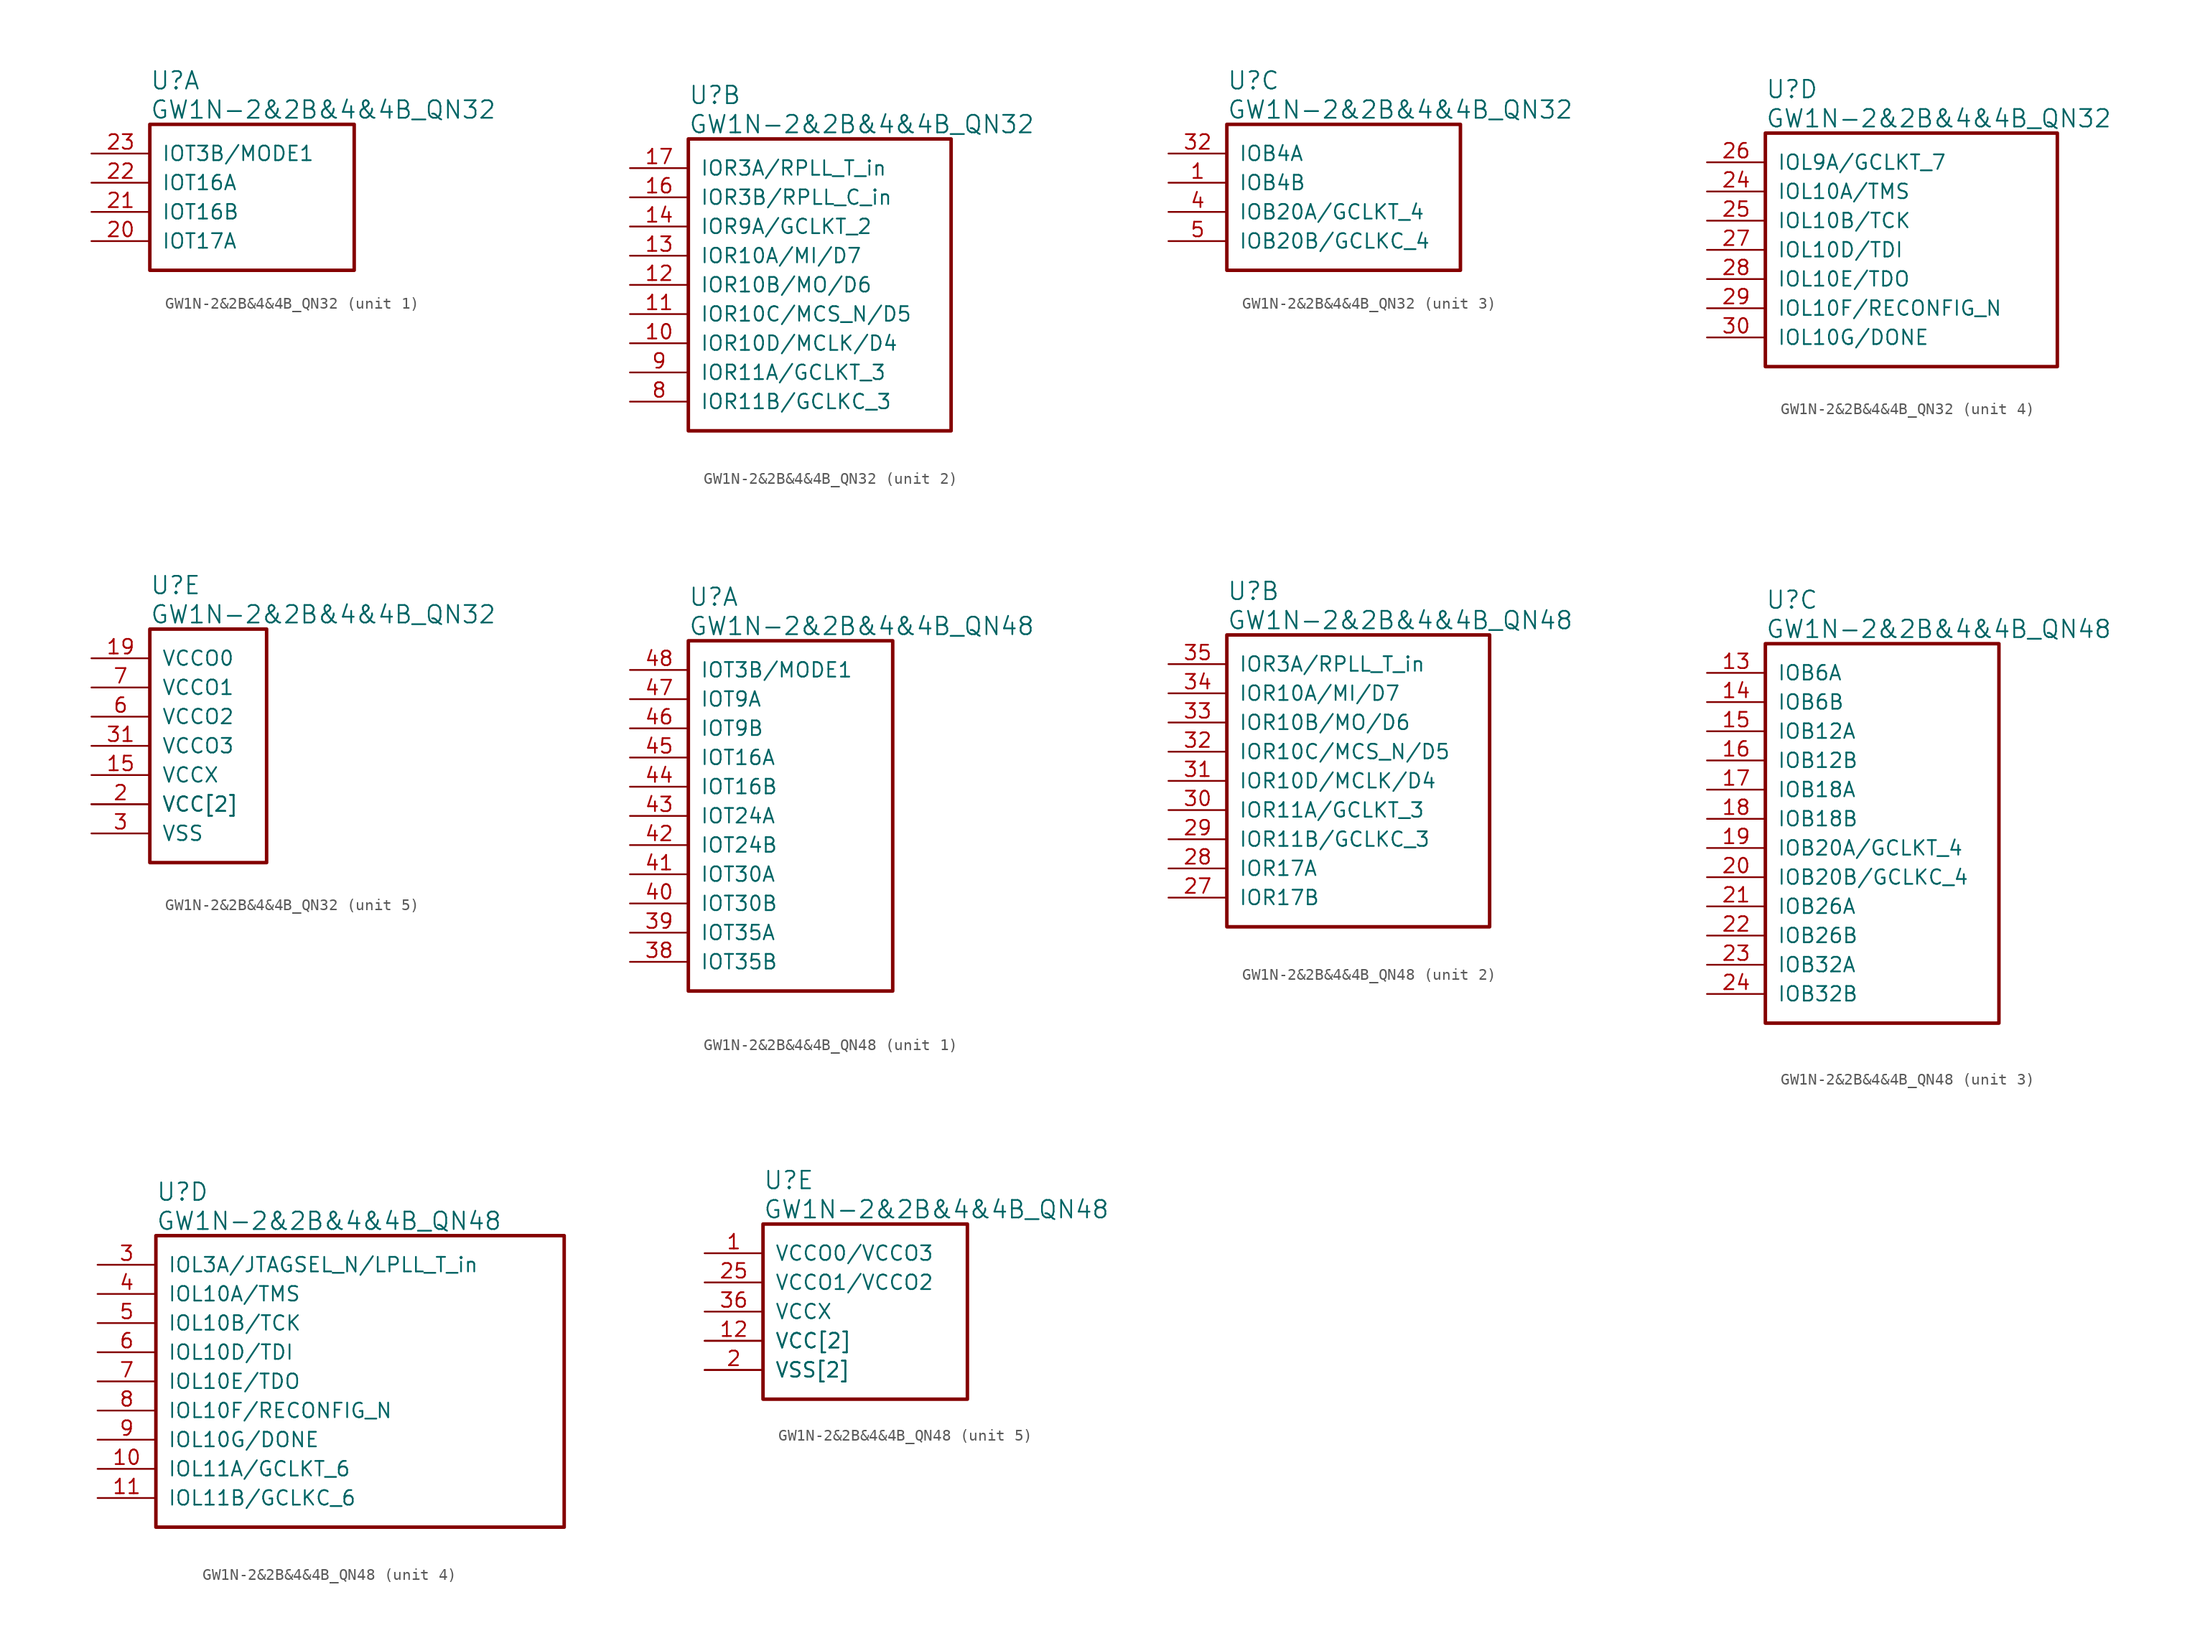
<source format=kicad_sym>
(kicad_symbol_lib
  (version 20220914)
  (generator kicad_symbol_editor)
  (symbol "GW1N-2&2B&4&4B_QN32"
    (pin_names
      (offset 1.016))
    (property "Reference" "U"
      (at 5.08 6.35 0)
      (effects (font (size 1.524 1.524)) (justify left)))
    (property "Value" "GW1N-2&2B&4&4B_QN32"
      (at 5.08 3.81 0)
      (effects (font (size 1.524 1.524)) (justify left)))
    (property "ki_locked" ""
      (at 0 0 0)
      (effects (font (size 1.27 1.27))))
    (symbol "GW1N-2&2B&4&4B_QN32_1_1"
      (rectangle (start 5.08 2.54) (end 22.86 -10.16) (stroke (width 0.305) (type solid)) (fill (type none)))
      (pin bidirectional line (at 0 -7.62 0) (length 5.08) (name "IOT17A" (effects (font (size 1.27 1.27)))) (number "20" (effects (font (size 1.27 1.27)))))
      (pin bidirectional line (at 0 -5.08 0) (length 5.08) (name "IOT16B" (effects (font (size 1.27 1.27)))) (number "21" (effects (font (size 1.27 1.27)))))
      (pin bidirectional line (at 0 -2.54 0) (length 5.08) (name "IOT16A" (effects (font (size 1.27 1.27)))) (number "22" (effects (font (size 1.27 1.27)))))
      (pin bidirectional line (at 0 0 0) (length 5.08) (name "IOT3B/MODE1" (effects (font (size 1.27 1.27)))) (number "23" (effects (font (size 1.27 1.27))))))
    (symbol "GW1N-2&2B&4&4B_QN32_2_1"
      (rectangle (start 5.08 2.54) (end 27.94 -22.86) (stroke (width 0.305) (type solid)) (fill (type none)))
      (pin bidirectional line (at 0 -15.24 0) (length 5.08) (name "IOR10D/MCLK/D4" (effects (font (size 1.27 1.27)))) (number "10" (effects (font (size 1.27 1.27)))))
      (pin bidirectional line (at 0 -12.7 0) (length 5.08) (name "IOR10C/MCS_N/D5" (effects (font (size 1.27 1.27)))) (number "11" (effects (font (size 1.27 1.27)))))
      (pin bidirectional line (at 0 -10.16 0) (length 5.08) (name "IOR10B/MO/D6" (effects (font (size 1.27 1.27)))) (number "12" (effects (font (size 1.27 1.27)))))
      (pin bidirectional line (at 0 -7.62 0) (length 5.08) (name "IOR10A/MI/D7" (effects (font (size 1.27 1.27)))) (number "13" (effects (font (size 1.27 1.27)))))
      (pin bidirectional line (at 0 -5.08 0) (length 5.08) (name "IOR9A/GCLKT_2" (effects (font (size 1.27 1.27)))) (number "14" (effects (font (size 1.27 1.27)))))
      (pin bidirectional line (at 0 -2.54 0) (length 5.08) (name "IOR3B/RPLL_C_in" (effects (font (size 1.27 1.27)))) (number "16" (effects (font (size 1.27 1.27)))))
      (pin bidirectional line (at 0 0 0) (length 5.08) (name "IOR3A/RPLL_T_in" (effects (font (size 1.27 1.27)))) (number "17" (effects (font (size 1.27 1.27)))))
      (pin bidirectional line (at 0 -20.32 0) (length 5.08) (name "IOR11B/GCLKC_3" (effects (font (size 1.27 1.27)))) (number "8" (effects (font (size 1.27 1.27)))))
      (pin bidirectional line (at 0 -17.78 0) (length 5.08) (name "IOR11A/GCLKT_3" (effects (font (size 1.27 1.27)))) (number "9" (effects (font (size 1.27 1.27))))))
    (symbol "GW1N-2&2B&4&4B_QN32_3_1"
      (rectangle (start 5.08 2.54) (end 25.4 -10.16) (stroke (width 0.305) (type solid)) (fill (type none)))
      (pin bidirectional line (at 0 -2.54 0) (length 5.08) (name "IOB4B" (effects (font (size 1.27 1.27)))) (number "1" (effects (font (size 1.27 1.27)))))
      (pin bidirectional line (at 0 0 0) (length 5.08) (name "IOB4A" (effects (font (size 1.27 1.27)))) (number "32" (effects (font (size 1.27 1.27)))))
      (pin bidirectional line (at 0 -5.08 0) (length 5.08) (name "IOB20A/GCLKT_4" (effects (font (size 1.27 1.27)))) (number "4" (effects (font (size 1.27 1.27)))))
      (pin bidirectional line (at 0 -7.62 0) (length 5.08) (name "IOB20B/GCLKC_4" (effects (font (size 1.27 1.27)))) (number "5" (effects (font (size 1.27 1.27))))))
    (symbol "GW1N-2&2B&4&4B_QN32_4_1"
      (rectangle (start 5.08 2.54) (end 30.48 -17.78) (stroke (width 0.305) (type solid)) (fill (type none)))
      (pin bidirectional line (at 0 -2.54 0) (length 5.08) (name "IOL10A/TMS" (effects (font (size 1.27 1.27)))) (number "24" (effects (font (size 1.27 1.27)))))
      (pin bidirectional line (at 0 -5.08 0) (length 5.08) (name "IOL10B/TCK" (effects (font (size 1.27 1.27)))) (number "25" (effects (font (size 1.27 1.27)))))
      (pin bidirectional line (at 0 0 0) (length 5.08) (name "IOL9A/GCLKT_7" (effects (font (size 1.27 1.27)))) (number "26" (effects (font (size 1.27 1.27)))))
      (pin bidirectional line (at 0 -7.62 0) (length 5.08) (name "IOL10D/TDI" (effects (font (size 1.27 1.27)))) (number "27" (effects (font (size 1.27 1.27)))))
      (pin bidirectional line (at 0 -10.16 0) (length 5.08) (name "IOL10E/TDO" (effects (font (size 1.27 1.27)))) (number "28" (effects (font (size 1.27 1.27)))))
      (pin bidirectional line (at 0 -12.7 0) (length 5.08) (name "IOL10F/RECONFIG_N" (effects (font (size 1.27 1.27)))) (number "29" (effects (font (size 1.27 1.27)))))
      (pin bidirectional line (at 0 -15.24 0) (length 5.08) (name "IOL10G/DONE" (effects (font (size 1.27 1.27)))) (number "30" (effects (font (size 1.27 1.27))))))
    (symbol "GW1N-2&2B&4&4B_QN32_5_1"
      (rectangle (start 5.08 2.54) (end 15.24 -17.78) (stroke (width 0.305) (type solid)) (fill (type none)))
      (pin power_in line (at 0 -10.16 0) (length 5.08) (name "VCCX" (effects (font (size 1.27 1.27)))) (number "15" (effects (font (size 1.27 1.27)))))
      (pin power_in line (at 0 -12.7 0) (length 5.08) (name "VCC[2]" (effects (font (size 1.27 1.27)))) (number "18" (effects (font (size 0 0)))))
      (pin power_in line (at 0 0 0) (length 5.08) (name "VCCO0" (effects (font (size 1.27 1.27)))) (number "19" (effects (font (size 1.27 1.27)))))
      (pin power_in line (at 0 -12.7 0) (length 5.08) (name "VCC[2]" (effects (font (size 1.27 1.27)))) (number "2" (effects (font (size 1.27 1.27)))))
      (pin power_in line (at 0 -15.24 0) (length 5.08) (name "VSS" (effects (font (size 1.27 1.27)))) (number "3" (effects (font (size 1.27 1.27)))))
      (pin power_in line (at 0 -7.62 0) (length 5.08) (name "VCCO3" (effects (font (size 1.27 1.27)))) (number "31" (effects (font (size 1.27 1.27)))))
      (pin power_in line (at 0 -5.08 0) (length 5.08) (name "VCCO2" (effects (font (size 1.27 1.27)))) (number "6" (effects (font (size 1.27 1.27)))))
      (pin power_in line (at 0 -2.54 0) (length 5.08) (name "VCCO1" (effects (font (size 1.27 1.27)))) (number "7" (effects (font (size 1.27 1.27)))))))
  (symbol "GW1N-2&2B&4&4B_QN48"
    (pin_names
      (offset 1.016))
    (property "Reference" "U"
      (at 5.08 6.35 0)
      (effects (font (size 1.524 1.524)) (justify left)))
    (property "Value" "GW1N-2&2B&4&4B_QN48"
      (at 5.08 3.81 0)
      (effects (font (size 1.524 1.524)) (justify left)))
    (property "ki_locked" ""
      (at 0 0 0)
      (effects (font (size 1.27 1.27))))
    (symbol "GW1N-2&2B&4&4B_QN48_1_1"
      (rectangle (start 5.08 2.54) (end 22.86 -27.94) (stroke (width 0.305) (type solid)) (fill (type none)))
      (pin bidirectional line (at 0 -25.4 0) (length 5.08) (name "IOT35B" (effects (font (size 1.27 1.27)))) (number "38" (effects (font (size 1.27 1.27)))))
      (pin bidirectional line (at 0 -22.86 0) (length 5.08) (name "IOT35A" (effects (font (size 1.27 1.27)))) (number "39" (effects (font (size 1.27 1.27)))))
      (pin bidirectional line (at 0 -20.32 0) (length 5.08) (name "IOT30B" (effects (font (size 1.27 1.27)))) (number "40" (effects (font (size 1.27 1.27)))))
      (pin bidirectional line (at 0 -17.78 0) (length 5.08) (name "IOT30A" (effects (font (size 1.27 1.27)))) (number "41" (effects (font (size 1.27 1.27)))))
      (pin bidirectional line (at 0 -15.24 0) (length 5.08) (name "IOT24B" (effects (font (size 1.27 1.27)))) (number "42" (effects (font (size 1.27 1.27)))))
      (pin bidirectional line (at 0 -12.7 0) (length 5.08) (name "IOT24A" (effects (font (size 1.27 1.27)))) (number "43" (effects (font (size 1.27 1.27)))))
      (pin bidirectional line (at 0 -10.16 0) (length 5.08) (name "IOT16B" (effects (font (size 1.27 1.27)))) (number "44" (effects (font (size 1.27 1.27)))))
      (pin bidirectional line (at 0 -7.62 0) (length 5.08) (name "IOT16A" (effects (font (size 1.27 1.27)))) (number "45" (effects (font (size 1.27 1.27)))))
      (pin bidirectional line (at 0 -5.08 0) (length 5.08) (name "IOT9B" (effects (font (size 1.27 1.27)))) (number "46" (effects (font (size 1.27 1.27)))))
      (pin bidirectional line (at 0 -2.54 0) (length 5.08) (name "IOT9A" (effects (font (size 1.27 1.27)))) (number "47" (effects (font (size 1.27 1.27)))))
      (pin bidirectional line (at 0 0 0) (length 5.08) (name "IOT3B/MODE1" (effects (font (size 1.27 1.27)))) (number "48" (effects (font (size 1.27 1.27))))))
    (symbol "GW1N-2&2B&4&4B_QN48_2_1"
      (rectangle (start 5.08 2.54) (end 27.94 -22.86) (stroke (width 0.305) (type solid)) (fill (type none)))
      (pin bidirectional line (at 0 -20.32 0) (length 5.08) (name "IOR17B" (effects (font (size 1.27 1.27)))) (number "27" (effects (font (size 1.27 1.27)))))
      (pin bidirectional line (at 0 -17.78 0) (length 5.08) (name "IOR17A" (effects (font (size 1.27 1.27)))) (number "28" (effects (font (size 1.27 1.27)))))
      (pin bidirectional line (at 0 -15.24 0) (length 5.08) (name "IOR11B/GCLKC_3" (effects (font (size 1.27 1.27)))) (number "29" (effects (font (size 1.27 1.27)))))
      (pin bidirectional line (at 0 -12.7 0) (length 5.08) (name "IOR11A/GCLKT_3" (effects (font (size 1.27 1.27)))) (number "30" (effects (font (size 1.27 1.27)))))
      (pin bidirectional line (at 0 -10.16 0) (length 5.08) (name "IOR10D/MCLK/D4" (effects (font (size 1.27 1.27)))) (number "31" (effects (font (size 1.27 1.27)))))
      (pin bidirectional line (at 0 -7.62 0) (length 5.08) (name "IOR10C/MCS_N/D5" (effects (font (size 1.27 1.27)))) (number "32" (effects (font (size 1.27 1.27)))))
      (pin bidirectional line (at 0 -5.08 0) (length 5.08) (name "IOR10B/MO/D6" (effects (font (size 1.27 1.27)))) (number "33" (effects (font (size 1.27 1.27)))))
      (pin bidirectional line (at 0 -2.54 0) (length 5.08) (name "IOR10A/MI/D7" (effects (font (size 1.27 1.27)))) (number "34" (effects (font (size 1.27 1.27)))))
      (pin bidirectional line (at 0 0 0) (length 5.08) (name "IOR3A/RPLL_T_in" (effects (font (size 1.27 1.27)))) (number "35" (effects (font (size 1.27 1.27))))))
    (symbol "GW1N-2&2B&4&4B_QN48_3_1"
      (rectangle (start 5.08 2.54) (end 25.4 -30.48) (stroke (width 0.305) (type solid)) (fill (type none)))
      (pin bidirectional line (at 0 0 0) (length 5.08) (name "IOB6A" (effects (font (size 1.27 1.27)))) (number "13" (effects (font (size 1.27 1.27)))))
      (pin bidirectional line (at 0 -2.54 0) (length 5.08) (name "IOB6B" (effects (font (size 1.27 1.27)))) (number "14" (effects (font (size 1.27 1.27)))))
      (pin bidirectional line (at 0 -5.08 0) (length 5.08) (name "IOB12A" (effects (font (size 1.27 1.27)))) (number "15" (effects (font (size 1.27 1.27)))))
      (pin bidirectional line (at 0 -7.62 0) (length 5.08) (name "IOB12B" (effects (font (size 1.27 1.27)))) (number "16" (effects (font (size 1.27 1.27)))))
      (pin bidirectional line (at 0 -10.16 0) (length 5.08) (name "IOB18A" (effects (font (size 1.27 1.27)))) (number "17" (effects (font (size 1.27 1.27)))))
      (pin bidirectional line (at 0 -12.7 0) (length 5.08) (name "IOB18B" (effects (font (size 1.27 1.27)))) (number "18" (effects (font (size 1.27 1.27)))))
      (pin bidirectional line (at 0 -15.24 0) (length 5.08) (name "IOB20A/GCLKT_4" (effects (font (size 1.27 1.27)))) (number "19" (effects (font (size 1.27 1.27)))))
      (pin bidirectional line (at 0 -17.78 0) (length 5.08) (name "IOB20B/GCLKC_4" (effects (font (size 1.27 1.27)))) (number "20" (effects (font (size 1.27 1.27)))))
      (pin bidirectional line (at 0 -20.32 0) (length 5.08) (name "IOB26A" (effects (font (size 1.27 1.27)))) (number "21" (effects (font (size 1.27 1.27)))))
      (pin bidirectional line (at 0 -22.86 0) (length 5.08) (name "IOB26B" (effects (font (size 1.27 1.27)))) (number "22" (effects (font (size 1.27 1.27)))))
      (pin bidirectional line (at 0 -25.4 0) (length 5.08) (name "IOB32A" (effects (font (size 1.27 1.27)))) (number "23" (effects (font (size 1.27 1.27)))))
      (pin bidirectional line (at 0 -27.94 0) (length 5.08) (name "IOB32B" (effects (font (size 1.27 1.27)))) (number "24" (effects (font (size 1.27 1.27))))))
    (symbol "GW1N-2&2B&4&4B_QN48_4_1"
      (rectangle (start 5.08 2.54) (end 40.64 -22.86) (stroke (width 0.305) (type solid)) (fill (type none)))
      (pin bidirectional line (at 0 -17.78 0) (length 5.08) (name "IOL11A/GCLKT_6" (effects (font (size 1.27 1.27)))) (number "10" (effects (font (size 1.27 1.27)))))
      (pin bidirectional line (at 0 -20.32 0) (length 5.08) (name "IOL11B/GCLKC_6" (effects (font (size 1.27 1.27)))) (number "11" (effects (font (size 1.27 1.27)))))
      (pin bidirectional line (at 0 0 0) (length 5.08) (name "IOL3A/JTAGSEL_N/LPLL_T_in" (effects (font (size 1.27 1.27)))) (number "3" (effects (font (size 1.27 1.27)))))
      (pin bidirectional line (at 0 -2.54 0) (length 5.08) (name "IOL10A/TMS" (effects (font (size 1.27 1.27)))) (number "4" (effects (font (size 1.27 1.27)))))
      (pin bidirectional line (at 0 -5.08 0) (length 5.08) (name "IOL10B/TCK" (effects (font (size 1.27 1.27)))) (number "5" (effects (font (size 1.27 1.27)))))
      (pin bidirectional line (at 0 -7.62 0) (length 5.08) (name "IOL10D/TDI" (effects (font (size 1.27 1.27)))) (number "6" (effects (font (size 1.27 1.27)))))
      (pin bidirectional line (at 0 -10.16 0) (length 5.08) (name "IOL10E/TDO" (effects (font (size 1.27 1.27)))) (number "7" (effects (font (size 1.27 1.27)))))
      (pin bidirectional line (at 0 -12.7 0) (length 5.08) (name "IOL10F/RECONFIG_N" (effects (font (size 1.27 1.27)))) (number "8" (effects (font (size 1.27 1.27)))))
      (pin bidirectional line (at 0 -15.24 0) (length 5.08) (name "IOL10G/DONE" (effects (font (size 1.27 1.27)))) (number "9" (effects (font (size 1.27 1.27))))))
    (symbol "GW1N-2&2B&4&4B_QN48_5_1"
      (rectangle (start 5.08 2.54) (end 22.86 -12.7) (stroke (width 0.305) (type solid)) (fill (type none)))
      (pin power_in line (at 0 0 0) (length 5.08) (name "VCCO0/VCCO3" (effects (font (size 1.27 1.27)))) (number "1" (effects (font (size 1.27 1.27)))))
      (pin power_in line (at 0 -7.62 0) (length 5.08) (name "VCC[2]" (effects (font (size 1.27 1.27)))) (number "12" (effects (font (size 1.27 1.27)))))
      (pin power_in line (at 0 -10.16 0) (length 5.08) (name "VSS[2]" (effects (font (size 1.27 1.27)))) (number "2" (effects (font (size 1.27 1.27)))))
      (pin power_in line (at 0 -2.54 0) (length 5.08) (name "VCCO1/VCCO2" (effects (font (size 1.27 1.27)))) (number "25" (effects (font (size 1.27 1.27)))))
      (pin power_in line (at 0 -10.16 0) (length 5.08) (name "VSS[2]" (effects (font (size 1.27 1.27)))) (number "26" (effects (font (size 0 0)))))
      (pin power_in line (at 0 -5.08 0) (length 5.08) (name "VCCX" (effects (font (size 1.27 1.27)))) (number "36" (effects (font (size 1.27 1.27)))))
      (pin power_in line (at 0 -7.62 0) (length 5.08) (name "VCC[2]" (effects (font (size 1.27 1.27)))) (number "37" (effects (font (size 0 0))))))))
</source>
